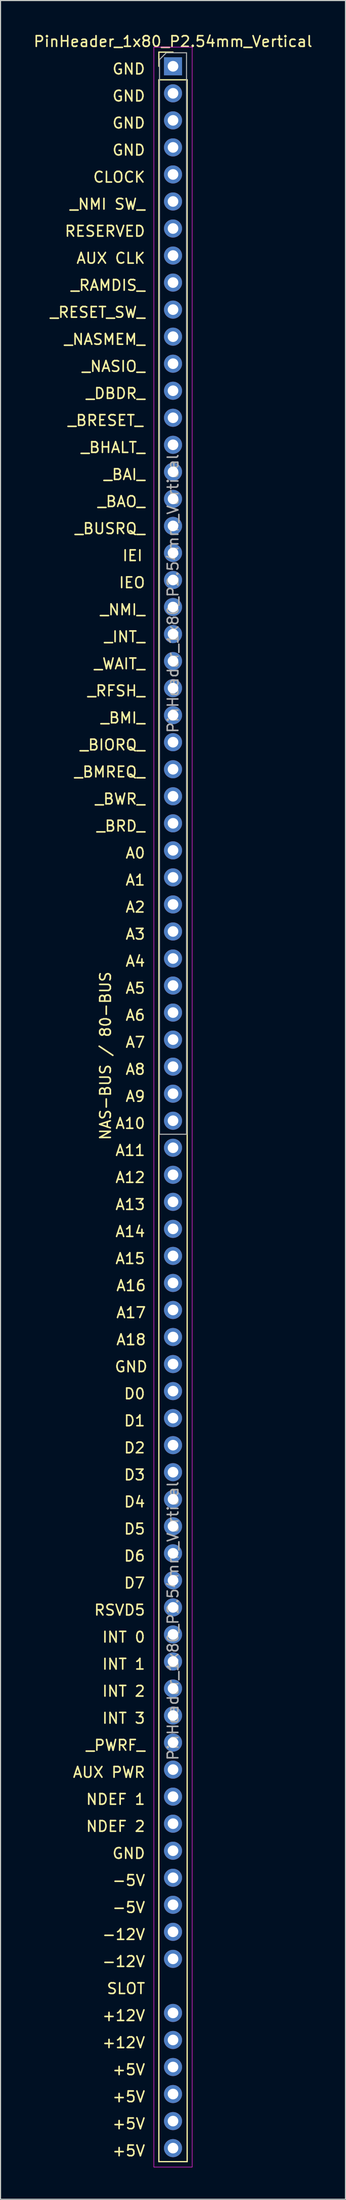
<source format=kicad_pcb>
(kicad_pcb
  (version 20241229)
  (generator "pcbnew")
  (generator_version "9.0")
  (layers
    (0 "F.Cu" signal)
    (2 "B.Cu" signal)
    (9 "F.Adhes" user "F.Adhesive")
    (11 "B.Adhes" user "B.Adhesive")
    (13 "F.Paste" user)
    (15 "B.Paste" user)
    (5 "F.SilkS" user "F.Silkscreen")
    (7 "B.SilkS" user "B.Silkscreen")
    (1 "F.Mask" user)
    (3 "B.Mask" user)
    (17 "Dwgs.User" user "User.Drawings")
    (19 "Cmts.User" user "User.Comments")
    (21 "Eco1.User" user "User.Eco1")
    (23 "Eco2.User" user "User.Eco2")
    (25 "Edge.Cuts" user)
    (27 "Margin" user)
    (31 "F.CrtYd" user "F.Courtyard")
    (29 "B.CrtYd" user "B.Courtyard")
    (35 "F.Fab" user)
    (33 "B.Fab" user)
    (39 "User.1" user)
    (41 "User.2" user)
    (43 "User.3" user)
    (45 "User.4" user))
  (footprint "PinHeader_1x80_P2.54mm_Vertical"
    (layer "F.Cu")
    (at 13.22 3.178)
    (property "Reference" "PinHeader_1x80_P2.54mm_Vertical" (at 0 -2.33 0) (layer "F.SilkS") (effects (font (size 1 1) (thickness 0.15))))
    (attr through_hole)
    (fp_line (start -1.33 -1.33) (end 0 -1.33) (stroke (width 0.12) (type solid)) (layer "F.SilkS"))
    (fp_line (start -1.33 0) (end -1.33 -1.33) (stroke (width 0.12) (type solid)) (layer "F.SilkS"))
    (fp_line (start -1.33 1.27) (end -1.33 196.85) (stroke (width 0.12) (type solid)) (layer "F.SilkS"))
    (fp_line (start -1.33 1.27) (end 1.33 1.27) (stroke (width 0.12) (type solid)) (layer "F.SilkS"))
    (fp_line (start -1.33 196.85) (end 1.33 196.85) (stroke (width 0.12) (type solid)) (layer "F.SilkS"))
    (fp_line (start 1.33 1.27) (end 1.33 196.85) (stroke (width 0.12) (type solid)) (layer "F.SilkS"))
    (fp_line (start -1.8 -1.8) (end -1.8 197.358) (stroke (width 0.05) (type solid)) (layer "F.CrtYd"))
    (fp_line (start -1.8 197.358) (end 1.8 197.358) (stroke (width 0.05) (type solid)) (layer "F.CrtYd"))
    (fp_line (start 1.8 -1.8) (end -1.8 -1.8) (stroke (width 0.05) (type solid)) (layer "F.CrtYd"))
    (fp_line (start 1.8 197.358) (end 1.8 -1.8) (stroke (width 0.05) (type solid)) (layer "F.CrtYd"))
    (fp_line (start -1.27 -0.635) (end -0.635 -1.27) (stroke (width 0.1) (type solid)) (layer "F.Fab"))
    (fp_line (start -1.27 100.33) (end -1.27 -0.635) (stroke (width 0.1) (type solid)) (layer "F.Fab"))
    (fp_line (start -0.635 -1.27) (end 1.27 -1.27) (stroke (width 0.1) (type solid)) (layer "F.Fab"))
    (fp_line (start 1.27 -1.27) (end 1.27 100.33) (stroke (width 0.1) (type solid)) (layer "F.Fab"))
    (fp_line (start 1.27 100.33) (end -1.27 100.33) (stroke (width 0.1) (type solid)) (layer "F.Fab"))
    (fp_text user "D5" (at -2.54 137.414 0) (layer "F.SilkS") (effects (font (size 1 1) (thickness 0.15)) (justify right)))
    (fp_text user "INT 0" (at -2.54 147.574 0) (layer "F.SilkS") (effects (font (size 1 1) (thickness 0.15)) (justify right)))
    (fp_text user "_BWR_" (at -2.54 68.834 0) (layer "F.SilkS") (effects (font (size 1 1) (thickness 0.15)) (justify right)))
    (fp_text user "NAS-BUS / 80-BUS" (at -6.35 92.964 90) (layer "F.SilkS") (effects (font (size 1 1) (thickness 0.15))))
    (fp_text user "A13" (at -2.54 106.934 0) (layer "F.SilkS") (effects (font (size 1 1) (thickness 0.15)) (justify right)))
    (fp_text user "D4" (at -2.54 134.874 0) (layer "F.SilkS") (effects (font (size 1 1) (thickness 0.15)) (justify right)))
    (fp_text user "A6" (at -2.54 89.154 0) (layer "F.SilkS") (effects (font (size 1 1) (thickness 0.15)) (justify right)))
    (fp_text user "A1" (at -2.54 76.454 0) (layer "F.SilkS") (effects (font (size 1 1) (thickness 0.15)) (justify right)))
    (fp_text user "+12V" (at -2.54 185.674 0) (layer "F.SilkS") (effects (font (size 1 1) (thickness 0.15)) (justify right)))
    (fp_text user "AUX PWR" (at -2.54 160.274 0) (layer "F.SilkS") (effects (font (size 1 1) (thickness 0.15)) (justify right)))
    (fp_text user "-5V" (at -2.54 170.434 0) (layer "F.SilkS") (effects (font (size 1 1) (thickness 0.15)) (justify right)))
    (fp_text user "_BRESET_" (at -6.35 33.274 0) (layer "F.SilkS") (effects (font (size 1 1) (thickness 0.15))))
    (fp_text user "-12V" (at -2.54 175.514 0) (layer "F.SilkS") (effects (font (size 1 1) (thickness 0.15)) (justify right)))
    (fp_text user "_NMI SW_" (at -2.54 12.954 0) (layer "F.SilkS") (effects (font (size 1 1) (thickness 0.15)) (justify right)))
    (fp_text user "A11" (at -2.54 101.854 0) (layer "F.SilkS") (effects (font (size 1 1) (thickness 0.15)) (justify right)))
    (fp_text user "_BAI_" (at -2.54 38.354 0) (layer "F.SilkS") (effects (font (size 1 1) (thickness 0.15)) (justify right)))
    (fp_text user "INT 3" (at -2.54 155.194 0) (layer "F.SilkS") (effects (font (size 1 1) (thickness 0.15)) (justify right)))
    (fp_text user "_PWRF_" (at -2.54 157.734 0) (layer "F.SilkS") (effects (font (size 1 1) (thickness 0.15)) (justify right)))
    (fp_text user "NDEF 2" (at -2.54 165.354 0) (layer "F.SilkS") (effects (font (size 1 1) (thickness 0.15)) (justify right)))
    (fp_text user "+12V" (at -2.54 183.134 0) (layer "F.SilkS") (effects (font (size 1 1) (thickness 0.15)) (justify right)))
    (fp_text user "GND" (at -2.54 0.254 0) (layer "F.SilkS") (effects (font (size 1 1) (thickness 0.15)) (justify right)))
    (fp_text user "A17" (at -3.937 117.094 0) (layer "F.SilkS") (effects (font (size 1 1) (thickness 0.15))))
    (fp_text user "A10" (at -2.54 99.314 0) (layer "F.SilkS") (effects (font (size 1 1) (thickness 0.15)) (justify right)))
    (fp_text user "_DBDR_" (at -2.54 30.734 0) (layer "F.SilkS") (effects (font (size 1 1) (thickness 0.15)) (justify right)))
    (fp_text user "+5V" (at -2.54 188.214 0) (layer "F.SilkS") (effects (font (size 1 1) (thickness 0.15)) (justify right)))
    (fp_text user "_INT_" (at -2.54 53.594 0) (layer "F.SilkS") (effects (font (size 1 1) (thickness 0.15)) (justify right)))
    (fp_text user "IEO" (at -2.54 48.514 0) (layer "F.SilkS") (effects (font (size 1 1) (thickness 0.15)) (justify right)))
    (fp_text user "D2" (at -2.54 129.794 0) (layer "F.SilkS") (effects (font (size 1 1) (thickness 0.15)) (justify right)))
    (fp_text user "A0" (at -2.54 73.914 0) (layer "F.SilkS") (effects (font (size 1 1) (thickness 0.15)) (justify right)))
    (fp_text user "_BAO_" (at -2.54 40.894 0) (layer "F.SilkS") (effects (font (size 1 1) (thickness 0.15)) (justify right)))
    (fp_text user "_BRD_" (at -2.54 71.374 0) (layer "F.SilkS") (effects (font (size 1 1) (thickness 0.15)) (justify right)))
    (fp_text user "_BMREQ_" (at -2.54 66.294 0) (layer "F.SilkS") (effects (font (size 1 1) (thickness 0.15)) (justify right)))
    (fp_text user "AUX CLK" (at -2.54 18.034 0) (layer "F.SilkS") (effects (font (size 1 1) (thickness 0.15)) (justify right)))
    (fp_text user "D0" (at -2.54 124.714 0) (layer "F.SilkS") (effects (font (size 1 1) (thickness 0.15)) (justify right)))
    (fp_text user "A7" (at -2.54 91.694 0) (layer "F.SilkS") (effects (font (size 1 1) (thickness 0.15)) (justify right)))
    (fp_text user "_NMI_" (at -2.54 51.054 0) (layer "F.SilkS") (effects (font (size 1 1) (thickness 0.15)) (justify right)))
    (fp_text user "INT 2" (at -2.54 152.654 0) (layer "F.SilkS") (effects (font (size 1 1) (thickness 0.15)) (justify right)))
    (fp_text user "_RFSH_" (at -2.54 58.674 0) (layer "F.SilkS") (effects (font (size 1 1) (thickness 0.15)) (justify right)))
    (fp_text user "_WAIT_" (at -2.54 56.134 0) (layer "F.SilkS") (effects (font (size 1 1) (thickness 0.15)) (justify right)))
    (fp_text user "SLOT" (at -2.54 180.594 0) (layer "F.SilkS") (effects (font (size 1 1) (thickness 0.15)) (justify right)))
    (fp_text user "-5V" (at -2.54 172.974 0) (layer "F.SilkS") (effects (font (size 1 1) (thickness 0.15)) (justify right)))
    (fp_text user "_NASMEM_" (at -2.54 25.654 0) (layer "F.SilkS") (effects (font (size 1 1) (thickness 0.15)) (justify right)))
    (fp_text user "_RAMDIS_" (at -2.54 20.574 0) (layer "F.SilkS") (effects (font (size 1 1) (thickness 0.15)) (justify right)))
    (fp_text user "+5V" (at -2.54 193.294 0) (layer "F.SilkS") (effects (font (size 1 1) (thickness 0.15)) (justify right)))
    (fp_text user "D1" (at -2.54 127.254 0) (layer "F.SilkS") (effects (font (size 1 1) (thickness 0.15)) (justify right)))
    (fp_text user "GND" (at -2.54 7.874 0) (layer "F.SilkS") (effects (font (size 1 1) (thickness 0.15)) (justify right)))
    (fp_text user "A18" (at -3.937 119.634 0) (layer "F.SilkS") (effects (font (size 1 1) (thickness 0.15))))
    (fp_text user "_BIORQ_" (at -2.54 63.754 0) (layer "F.SilkS") (effects (font (size 1 1) (thickness 0.15)) (justify right)))
    (fp_text user "GND" (at -2.54 2.794 0) (layer "F.SilkS") (effects (font (size 1 1) (thickness 0.15)) (justify right)))
    (fp_text user "RSVD5" (at -2.54 145.034 0) (layer "F.SilkS") (effects (font (size 1 1) (thickness 0.15)) (justify right)))
    (fp_text user "A16" (at -3.937 114.554 0) (layer "F.SilkS") (effects (font (size 1 1) (thickness 0.15))))
    (fp_text user "_BHALT_" (at -2.54 35.814 0) (layer "F.SilkS") (effects (font (size 1 1) (thickness 0.15)) (justify right)))
    (fp_text user "A3" (at -2.54 81.534 0) (layer "F.SilkS") (effects (font (size 1 1) (thickness 0.15)) (justify right)))
    (fp_text user "GND" (at -2.54 167.894 0) (layer "F.SilkS") (effects (font (size 1 1) (thickness 0.15)) (justify right)))
    (fp_text user "NDEF 1" (at -2.54 162.814 0) (layer "F.SilkS") (effects (font (size 1 1) (thickness 0.15)) (justify right)))
    (fp_text user "+5V" (at -2.54 190.754 0) (layer "F.SilkS") (effects (font (size 1 1) (thickness 0.15)) (justify right)))
    (fp_text user "_NASIO_" (at -2.54 28.194 0) (layer "F.SilkS") (effects (font (size 1 1) (thickness 0.15)) (justify right)))
    (fp_text user "INT 1" (at -2.54 150.114 0) (layer "F.SilkS") (effects (font (size 1 1) (thickness 0.15)) (justify right)))
    (fp_text user "+5V" (at -2.54 195.834 0) (layer "F.SilkS") (effects (font (size 1 1) (thickness 0.15)) (justify right)))
    (fp_text user "D6" (at -2.54 139.954 0) (layer "F.SilkS") (effects (font (size 1 1) (thickness 0.15)) (justify right)))
    (fp_text user "GND" (at -3.937 122.174 0) (layer "F.SilkS") (effects (font (size 1 1) (thickness 0.15))))
    (fp_text user "CLOCK" (at -2.54 10.414 0) (layer "F.SilkS") (effects (font (size 1 1) (thickness 0.15)) (justify right)))
    (fp_text user "D3" (at -2.54 132.334 0) (layer "F.SilkS") (effects (font (size 1 1) (thickness 0.15)) (justify right)))
    (fp_text user "-12V" (at -2.54 178.054 0) (layer "F.SilkS") (effects (font (size 1 1) (thickness 0.15)) (justify right)))
    (fp_text user "_RESET_SW_" (at -2.54 23.114 0) (layer "F.SilkS") (effects (font (size 1 1) (thickness 0.15)) (justify right)))
    (fp_text user "A4" (at -2.54 84.074 0) (layer "F.SilkS") (effects (font (size 1 1) (thickness 0.15)) (justify right)))
    (fp_text user "A5" (at -2.54 86.614 0) (layer "F.SilkS") (effects (font (size 1 1) (thickness 0.15)) (justify right)))
    (fp_text user "GND" (at -2.54 5.334 0) (layer "F.SilkS") (effects (font (size 1 1) (thickness 0.15)) (justify right)))
    (fp_text user "A12" (at -2.54 104.394 0) (layer "F.SilkS") (effects (font (size 1 1) (thickness 0.15)) (justify right)))
    (fp_text user "A15" (at -2.54 112.014 0) (layer "F.SilkS") (effects (font (size 1 1) (thickness 0.15)) (justify right)))
    (fp_text user "_BUSRQ_" (at -2.54 43.434 0) (layer "F.SilkS") (effects (font (size 1 1) (thickness 0.15)) (justify right)))
    (fp_text user "A14" (at -2.54 109.474 0) (layer "F.SilkS") (effects (font (size 1 1) (thickness 0.15)) (justify right)))
    (fp_text user "RESERVED" (at -2.54 15.494 0) (layer "F.SilkS") (effects (font (size 1 1) (thickness 0.15)) (justify right)))
    (fp_text user "_BMI_" (at -2.54 61.214 0) (layer "F.SilkS") (effects (font (size 1 1) (thickness 0.15)) (justify right)))
    (fp_text user "A8" (at -2.54 94.234 0) (layer "F.SilkS") (effects (font (size 1 1) (thickness 0.15)) (justify right)))
    (fp_text user "A9" (at -2.54 96.774 0) (layer "F.SilkS") (effects (font (size 1 1) (thickness 0.15)) (justify right)))
    (fp_text user "A2" (at -2.54 78.994 0) (layer "F.SilkS") (effects (font (size 1 1) (thickness 0.15)) (justify right)))
    (fp_text user "D7" (at -2.54 142.494 0) (layer "F.SilkS") (effects (font (size 1 1) (thickness 0.15)) (justify right)))
    (fp_text user "IEI" (at -3.81 45.974 0) (layer "F.SilkS") (effects (font (size 1 1) (thickness 0.15))))
    (fp_text user "${REFERENCE}" (at 0 146.05 90) (layer "F.Fab") (effects (font (size 1 1) (thickness 0.15))))
    (fp_text user "${REFERENCE}" (at 0 49.53 90) (layer "F.Fab") (effects (font (size 1 1) (thickness 0.15))))
    (pad "1" thru_hole rect (at 0 0) (size 1.7 1.7) (drill 1) (layers "*.Cu" "*.Mask"))
    (pad "2" thru_hole oval (at 0 2.54) (size 1.7 1.7) (drill 1) (layers "*.Cu" "*.Mask"))
    (pad "3" thru_hole oval (at 0 5.08) (size 1.7 1.7) (drill 1) (layers "*.Cu" "*.Mask"))
    (pad "4" thru_hole oval (at 0 7.62) (size 1.7 1.7) (drill 1) (layers "*.Cu" "*.Mask"))
    (pad "5" thru_hole oval (at 0 10.16) (size 1.7 1.7) (drill 1) (layers "*.Cu" "*.Mask"))
    (pad "6" thru_hole oval (at 0 12.7) (size 1.7 1.7) (drill 1) (layers "*.Cu" "*.Mask"))
    (pad "7" thru_hole oval (at 0 15.24) (size 1.7 1.7) (drill 1) (layers "*.Cu" "*.Mask"))
    (pad "8" thru_hole oval (at 0 17.78) (size 1.7 1.7) (drill 1) (layers "*.Cu" "*.Mask"))
    (pad "9" thru_hole oval (at 0 20.32) (size 1.7 1.7) (drill 1) (layers "*.Cu" "*.Mask"))
    (pad "10" thru_hole oval (at 0 22.86) (size 1.7 1.7) (drill 1) (layers "*.Cu" "*.Mask"))
    (pad "11" thru_hole oval (at 0 25.4) (size 1.7 1.7) (drill 1) (layers "*.Cu" "*.Mask"))
    (pad "12" thru_hole oval (at 0 27.94) (size 1.7 1.7) (drill 1) (layers "*.Cu" "*.Mask"))
    (pad "13" thru_hole oval (at 0 30.48) (size 1.7 1.7) (drill 1) (layers "*.Cu" "*.Mask"))
    (pad "14" thru_hole oval (at 0 33.02) (size 1.7 1.7) (drill 1) (layers "*.Cu" "*.Mask"))
    (pad "15" thru_hole oval (at 0 35.56) (size 1.7 1.7) (drill 1) (layers "*.Cu" "*.Mask"))
    (pad "16" thru_hole oval (at 0 38.1) (size 1.7 1.7) (drill 1) (layers "*.Cu" "*.Mask"))
    (pad "17" thru_hole oval (at 0 40.64) (size 1.7 1.7) (drill 1) (layers "*.Cu" "*.Mask"))
    (pad "18" thru_hole oval (at 0 43.18) (size 1.7 1.7) (drill 1) (layers "*.Cu" "*.Mask"))
    (pad "19" thru_hole oval (at 0 45.72) (size 1.7 1.7) (drill 1) (layers "*.Cu" "*.Mask"))
    (pad "20" thru_hole oval (at 0 48.26) (size 1.7 1.7) (drill 1) (layers "*.Cu" "*.Mask"))
    (pad "21" thru_hole oval (at 0 50.8) (size 1.7 1.7) (drill 1) (layers "*.Cu" "*.Mask"))
    (pad "22" thru_hole oval (at 0 53.34) (size 1.7 1.7) (drill 1) (layers "*.Cu" "*.Mask"))
    (pad "23" thru_hole oval (at 0 55.88) (size 1.7 1.7) (drill 1) (layers "*.Cu" "*.Mask"))
    (pad "24" thru_hole oval (at 0 58.42) (size 1.7 1.7) (drill 1) (layers "*.Cu" "*.Mask"))
    (pad "25" thru_hole oval (at 0 60.96) (size 1.7 1.7) (drill 1) (layers "*.Cu" "*.Mask"))
    (pad "26" thru_hole oval (at 0 63.5) (size 1.7 1.7) (drill 1) (layers "*.Cu" "*.Mask"))
    (pad "27" thru_hole oval (at 0 66.04) (size 1.7 1.7) (drill 1) (layers "*.Cu" "*.Mask"))
    (pad "28" thru_hole oval (at 0 68.58) (size 1.7 1.7) (drill 1) (layers "*.Cu" "*.Mask"))
    (pad "29" thru_hole oval (at 0 71.12) (size 1.7 1.7) (drill 1) (layers "*.Cu" "*.Mask"))
    (pad "30" thru_hole oval (at 0 73.66) (size 1.7 1.7) (drill 1) (layers "*.Cu" "*.Mask"))
    (pad "31" thru_hole oval (at 0 76.2) (size 1.7 1.7) (drill 1) (layers "*.Cu" "*.Mask"))
    (pad "32" thru_hole oval (at 0 78.74) (size 1.7 1.7) (drill 1) (layers "*.Cu" "*.Mask"))
    (pad "33" thru_hole oval (at 0 81.28) (size 1.7 1.7) (drill 1) (layers "*.Cu" "*.Mask"))
    (pad "34" thru_hole oval (at 0 83.82) (size 1.7 1.7) (drill 1) (layers "*.Cu" "*.Mask"))
    (pad "35" thru_hole oval (at 0 86.36) (size 1.7 1.7) (drill 1) (layers "*.Cu" "*.Mask"))
    (pad "36" thru_hole oval (at 0 88.9) (size 1.7 1.7) (drill 1) (layers "*.Cu" "*.Mask"))
    (pad "37" thru_hole oval (at 0 91.44) (size 1.7 1.7) (drill 1) (layers "*.Cu" "*.Mask"))
    (pad "38" thru_hole oval (at 0 93.98) (size 1.7 1.7) (drill 1) (layers "*.Cu" "*.Mask"))
    (pad "39" thru_hole oval (at 0 96.52) (size 1.7 1.7) (drill 1) (layers "*.Cu" "*.Mask"))
    (pad "40" thru_hole oval (at 0 99.06) (size 1.7 1.7) (drill 1) (layers "*.Cu" "*.Mask"))
    (pad "41" thru_hole oval (at 0 101.6) (size 1.7 1.7) (drill 1) (layers "*.Cu" "*.Mask"))
    (pad "42" thru_hole oval (at 0 104.14) (size 1.7 1.7) (drill 1) (layers "*.Cu" "*.Mask"))
    (pad "43" thru_hole oval (at 0 106.68) (size 1.7 1.7) (drill 1) (layers "*.Cu" "*.Mask"))
    (pad "44" thru_hole oval (at 0 109.22) (size 1.7 1.7) (drill 1) (layers "*.Cu" "*.Mask"))
    (pad "45" thru_hole oval (at 0 111.76) (size 1.7 1.7) (drill 1) (layers "*.Cu" "*.Mask"))
    (pad "46" thru_hole oval (at 0 114.3) (size 1.7 1.7) (drill 1) (layers "*.Cu" "*.Mask"))
    (pad "47" thru_hole oval (at 0 116.84) (size 1.7 1.7) (drill 1) (layers "*.Cu" "*.Mask"))
    (pad "48" thru_hole oval (at 0 119.38) (size 1.7 1.7) (drill 1) (layers "*.Cu" "*.Mask"))
    (pad "49" thru_hole oval (at 0 121.92) (size 1.7 1.7) (drill 1) (layers "*.Cu" "*.Mask"))
    (pad "50" thru_hole oval (at 0 124.46) (size 1.7 1.7) (drill 1) (layers "*.Cu" "*.Mask"))
    (pad "51" thru_hole oval (at 0 127) (size 1.7 1.7) (drill 1) (layers "*.Cu" "*.Mask"))
    (pad "52" thru_hole oval (at 0 129.54) (size 1.7 1.7) (drill 1) (layers "*.Cu" "*.Mask"))
    (pad "53" thru_hole oval (at 0 132.08) (size 1.7 1.7) (drill 1) (layers "*.Cu" "*.Mask"))
    (pad "54" thru_hole oval (at 0 134.62) (size 1.7 1.7) (drill 1) (layers "*.Cu" "*.Mask"))
    (pad "55" thru_hole oval (at 0 137.16) (size 1.7 1.7) (drill 1) (layers "*.Cu" "*.Mask"))
    (pad "56" thru_hole oval (at 0 139.7) (size 1.7 1.7) (drill 1) (layers "*.Cu" "*.Mask"))
    (pad "57" thru_hole oval (at 0 142.24) (size 1.7 1.7) (drill 1) (layers "*.Cu" "*.Mask"))
    (pad "58" thru_hole oval (at 0 144.78) (size 1.7 1.7) (drill 1) (layers "*.Cu" "*.Mask"))
    (pad "59" thru_hole oval (at 0 147.32) (size 1.7 1.7) (drill 1) (layers "*.Cu" "*.Mask"))
    (pad "60" thru_hole oval (at 0 149.86) (size 1.7 1.7) (drill 1) (layers "*.Cu" "*.Mask"))
    (pad "61" thru_hole oval (at 0 152.4) (size 1.7 1.7) (drill 1) (layers "*.Cu" "*.Mask"))
    (pad "62" thru_hole oval (at 0 154.94) (size 1.7 1.7) (drill 1) (layers "*.Cu" "*.Mask"))
    (pad "63" thru_hole oval (at 0 157.48) (size 1.7 1.7) (drill 1) (layers "*.Cu" "*.Mask"))
    (pad "64" thru_hole oval (at 0 160.02) (size 1.7 1.7) (drill 1) (layers "*.Cu" "*.Mask"))
    (pad "65" thru_hole oval (at 0 162.56) (size 1.7 1.7) (drill 1) (layers "*.Cu" "*.Mask"))
    (pad "66" thru_hole oval (at 0 165.1) (size 1.7 1.7) (drill 1) (layers "*.Cu" "*.Mask"))
    (pad "67" thru_hole oval (at 0 167.64) (size 1.7 1.7) (drill 1) (layers "*.Cu" "*.Mask"))
    (pad "68" thru_hole oval (at 0 170.18) (size 1.7 1.7) (drill 1) (layers "*.Cu" "*.Mask"))
    (pad "69" thru_hole oval (at 0 172.72) (size 1.7 1.7) (drill 1) (layers "*.Cu" "*.Mask"))
    (pad "70" thru_hole oval (at 0 175.26) (size 1.7 1.7) (drill 1) (layers "*.Cu" "*.Mask"))
    (pad "71" thru_hole oval (at 0 177.8) (size 1.7 1.7) (drill 1) (layers "*.Cu" "*.Mask"))
    (pad "73" thru_hole oval (at 0 182.88) (size 1.7 1.7) (drill 1) (layers "*.Cu" "*.Mask"))
    (pad "74" thru_hole oval (at 0 185.42) (size 1.7 1.7) (drill 1) (layers "*.Cu" "*.Mask"))
    (pad "75" thru_hole oval (at 0 187.96) (size 1.7 1.7) (drill 1) (layers "*.Cu" "*.Mask"))
    (pad "76" thru_hole oval (at 0 190.5) (size 1.7 1.7) (drill 1) (layers "*.Cu" "*.Mask"))
    (pad "77" thru_hole oval (at 0 193.04) (size 1.7 1.7) (drill 1) (layers "*.Cu" "*.Mask"))
    (pad "78" thru_hole oval (at 0 195.58) (size 1.7 1.7) (drill 1) (layers "*.Cu" "*.Mask")))
  (gr_rect
    (start -3 -3)
    (end 29.44 203.561)
    (stroke (width 0.1) (type default))
    (fill no)
    (layer "Edge.Cuts")))
</source>
